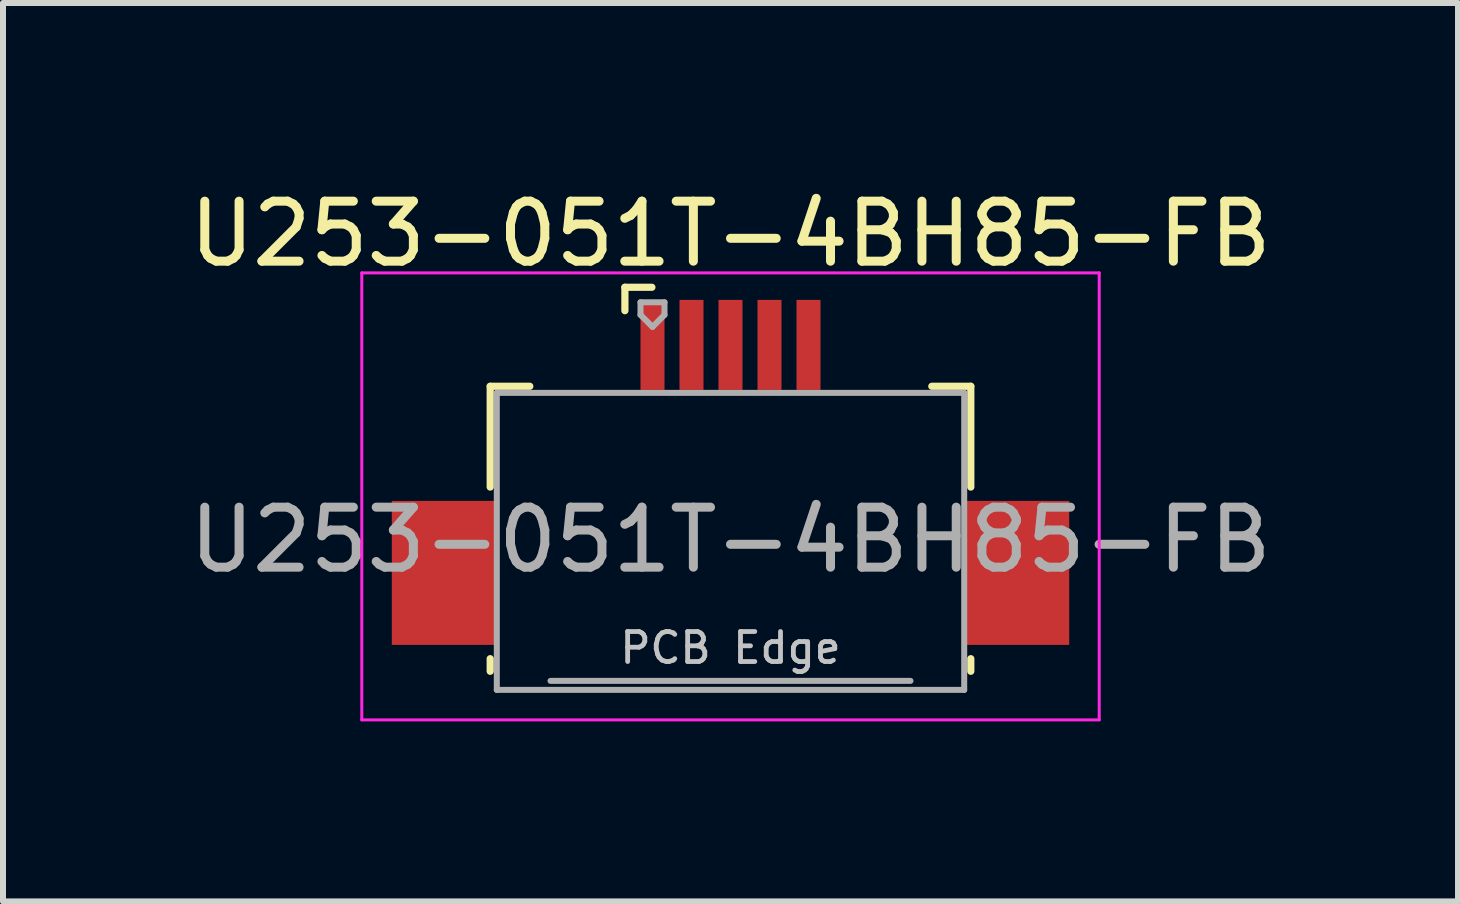
<source format=kicad_pcb>
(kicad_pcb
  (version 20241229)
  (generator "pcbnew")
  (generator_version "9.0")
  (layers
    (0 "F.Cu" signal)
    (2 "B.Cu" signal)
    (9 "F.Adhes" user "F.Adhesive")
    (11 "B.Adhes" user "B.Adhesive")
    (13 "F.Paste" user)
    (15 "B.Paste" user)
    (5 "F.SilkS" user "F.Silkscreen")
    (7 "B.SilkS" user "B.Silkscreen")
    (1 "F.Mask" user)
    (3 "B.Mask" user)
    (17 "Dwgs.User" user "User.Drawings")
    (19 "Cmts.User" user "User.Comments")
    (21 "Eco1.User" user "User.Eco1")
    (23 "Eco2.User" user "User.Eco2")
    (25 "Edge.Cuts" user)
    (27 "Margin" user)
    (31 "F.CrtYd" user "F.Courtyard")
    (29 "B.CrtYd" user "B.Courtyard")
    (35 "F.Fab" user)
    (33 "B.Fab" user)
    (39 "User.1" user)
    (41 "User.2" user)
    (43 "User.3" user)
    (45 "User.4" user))
  (footprint "U253-051T-4BH85-FB"
    (layer "F.Cu")
    (at 9.125 1.948)
    (property "Reference" "U253-051T-4BH85-FB" (at 0 -1.1 0) (layer "F.SilkS") (effects (font (size 1 1) (thickness 0.15))))
    (attr smd)
    (fp_line (start -4.005 1.44) (end -3.345 1.44) (stroke (width 0.12) (type solid)) (layer "F.SilkS"))
    (fp_line (start -4.005 3.12) (end -4.005 1.44) (stroke (width 0.12) (type solid)) (layer "F.SilkS"))
    (fp_line (start -4.005 6.19) (end -4.005 5.98) (stroke (width 0.12) (type solid)) (layer "F.SilkS"))
    (fp_line (start -1.76 -0.21) (end -1.76 0.18) (stroke (width 0.12) (type solid)) (layer "F.SilkS"))
    (fp_line (start -1.76 -0.21) (end -1.31 -0.21) (stroke (width 0.12) (type solid)) (layer "F.SilkS"))
    (fp_line (start 4.005 1.44) (end 3.355 1.44) (stroke (width 0.12) (type solid)) (layer "F.SilkS"))
    (fp_line (start 4.005 3.12) (end 4.005 1.44) (stroke (width 0.12) (type solid)) (layer "F.SilkS"))
    (fp_line (start 4.005 6.19) (end 4.005 5.98) (stroke (width 0.12) (type solid)) (layer "F.SilkS"))
    (fp_line (start -6.145 -0.45) (end 6.145 -0.45) (stroke (width 0.05) (type solid)) (layer "F.CrtYd"))
    (fp_line (start -6.145 7) (end -6.145 -0.45) (stroke (width 0.05) (type solid)) (layer "F.CrtYd"))
    (fp_line (start -6.145 7) (end 6.145 7) (stroke (width 0.05) (type solid)) (layer "F.CrtYd"))
    (fp_line (start 6.145 -0.45) (end 6.145 7) (stroke (width 0.05) (type solid)) (layer "F.CrtYd"))
    (fp_line (start -3.895 1.55) (end 3.895 1.55) (stroke (width 0.1) (type solid)) (layer "F.Fab"))
    (fp_line (start -3.895 6.5) (end -3.895 1.55) (stroke (width 0.1) (type solid)) (layer "F.Fab"))
    (fp_line (start -3.895 6.5) (end 3.895 6.5) (stroke (width 0.1) (type solid)) (layer "F.Fab"))
    (fp_line (start -3 6.35) (end 3 6.35) (stroke (width 0.1) (type solid)) (layer "F.Fab"))
    (fp_line (start -1.5 0.04) (end -1.5 0.25) (stroke (width 0.1) (type solid)) (layer "F.Fab"))
    (fp_line (start -1.5 0.04) (end -1.1 0.04) (stroke (width 0.1) (type solid)) (layer "F.Fab"))
    (fp_line (start -1.3 0.45) (end -1.5 0.25) (stroke (width 0.1) (type solid)) (layer "F.Fab"))
    (fp_line (start -1.1 0.04) (end -1.1 0.25) (stroke (width 0.1) (type solid)) (layer "F.Fab"))
    (fp_line (start -1.1 0.25) (end -1.3 0.45) (stroke (width 0.1) (type solid)) (layer "F.Fab"))
    (fp_line (start 3.895 6.5) (end 3.895 1.55) (stroke (width 0.1) (type solid)) (layer "F.Fab"))
    (fp_text user "PCB Edge" (at 0 5.8 0) (layer "Dwgs.User") (effects (font (size 0.5 0.5) (thickness 0.08))))
    (fp_text user "${REFERENCE}" (at 0 4 0) (layer "F.Fab") (effects (font (size 1 1) (thickness 0.15))))
    (pad "1" smd rect (at -1.3 0.75) (size 0.4 1.5) (layers "F.Cu" "F.Mask" "F.Paste"))
    (pad "2" smd rect (at -0.65 0.75) (size 0.4 1.5) (layers "F.Cu" "F.Mask" "F.Paste"))
    (pad "3" smd rect (at 0 0.75) (size 0.4 1.5) (layers "F.Cu" "F.Mask" "F.Paste"))
    (pad "4" smd rect (at 0.65 0.75) (size 0.4 1.5) (layers "F.Cu" "F.Mask" "F.Paste"))
    (pad "5" smd rect (at 1.3 0.75) (size 0.4 1.5) (layers "F.Cu" "F.Mask" "F.Paste"))
    (pad "6" smd rect (at -4.77 4.55) (size 1.75 2.4) (layers "F.Cu" "F.Mask" "F.Paste"))
    (pad "6" smd rect (at 4.77 4.55) (size 1.75 2.4) (layers "F.Cu" "F.Mask" "F.Paste")))
  (gr_rect
    (start -3 -3)
    (end 21.25 11.973)
    (stroke (width 0.1) (type default))
    (fill no)
    (layer "Edge.Cuts")))
</source>
